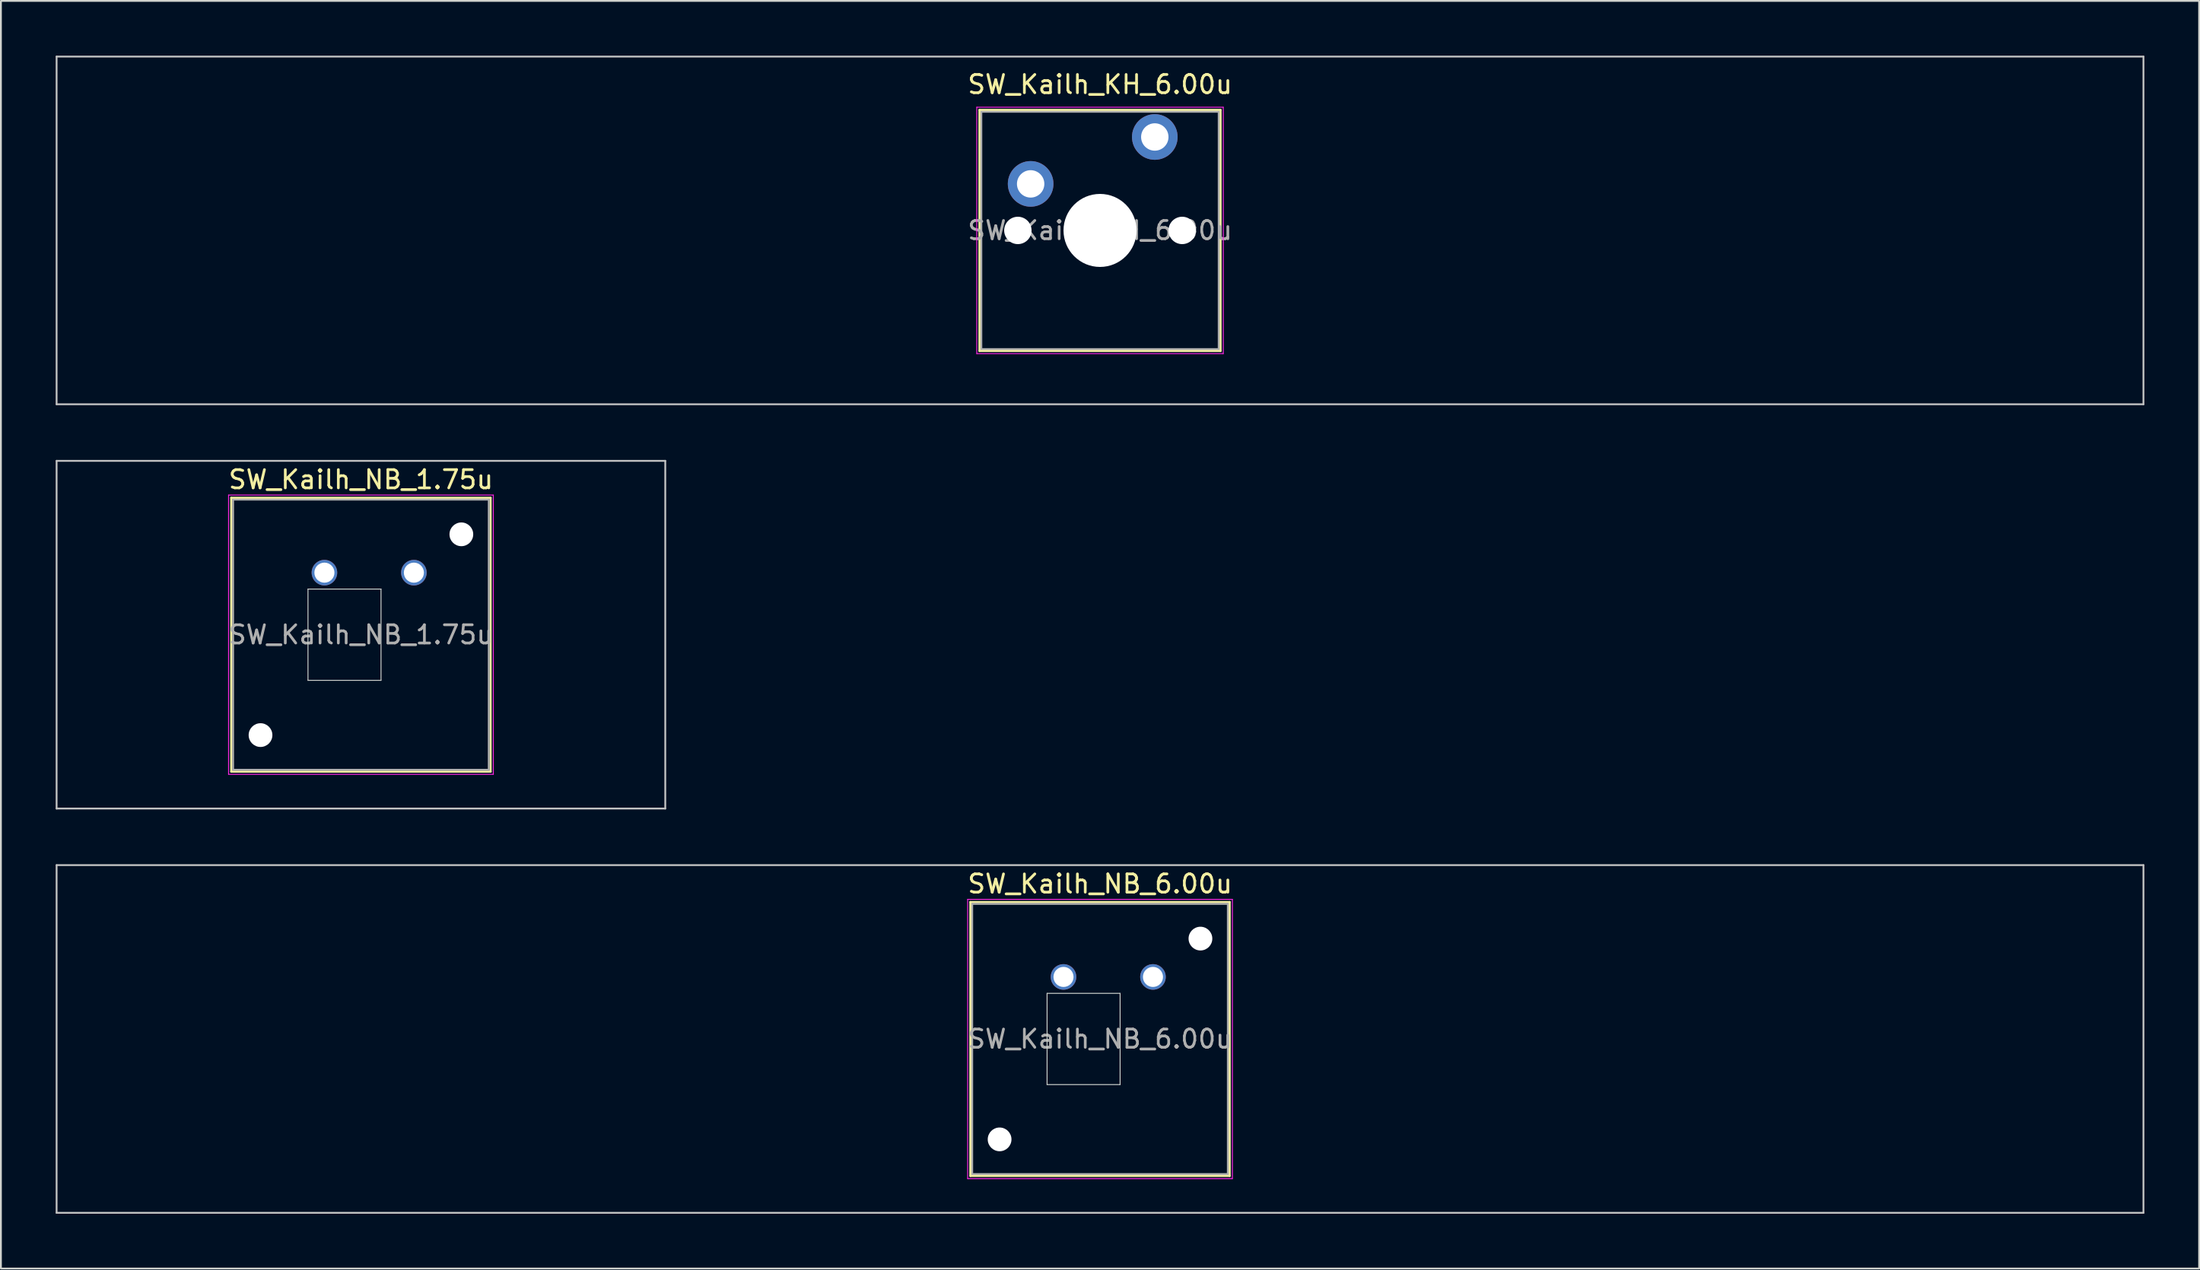
<source format=kicad_pcb>
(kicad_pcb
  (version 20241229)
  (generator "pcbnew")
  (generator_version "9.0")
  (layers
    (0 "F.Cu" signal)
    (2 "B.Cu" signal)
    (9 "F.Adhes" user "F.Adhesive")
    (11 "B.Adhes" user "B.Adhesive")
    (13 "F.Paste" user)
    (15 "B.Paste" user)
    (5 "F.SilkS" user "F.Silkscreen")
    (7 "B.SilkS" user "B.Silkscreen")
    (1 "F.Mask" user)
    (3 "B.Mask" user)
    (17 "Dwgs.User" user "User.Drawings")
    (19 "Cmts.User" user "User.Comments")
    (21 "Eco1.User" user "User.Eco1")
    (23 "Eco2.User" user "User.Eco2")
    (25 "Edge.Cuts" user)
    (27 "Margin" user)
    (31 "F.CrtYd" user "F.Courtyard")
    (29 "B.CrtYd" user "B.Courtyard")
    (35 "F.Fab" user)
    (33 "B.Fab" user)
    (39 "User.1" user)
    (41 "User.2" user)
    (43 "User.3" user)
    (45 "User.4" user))
  (footprint "SW_Kailh_NB_6.00u"
    (layer "F.Cu")
    (at 57.2 53.875)
    (property "Reference" "SW_Kailh_NB_6.00u" (at 0 -8.5 0) (layer "F.SilkS") (effects (font (size 1 1) (thickness 0.15))))
    (attr through_hole)
    (fp_line (start -7.1 -7.5) (end -7.1 7.5) (stroke (width 0.12) (type solid)) (layer "F.SilkS"))
    (fp_line (start -7.1 7.5) (end 7.1 7.5) (stroke (width 0.12) (type solid)) (layer "F.SilkS"))
    (fp_line (start 7.1 -7.5) (end -7.1 -7.5) (stroke (width 0.12) (type solid)) (layer "F.SilkS"))
    (fp_line (start 7.1 7.5) (end 7.1 -7.5) (stroke (width 0.12) (type solid)) (layer "F.SilkS"))
    (fp_line (start -57.15 -9.525) (end -57.15 9.525) (stroke (width 0.1) (type solid)) (layer "Dwgs.User"))
    (fp_line (start -57.15 9.525) (end 57.15 9.525) (stroke (width 0.1) (type solid)) (layer "Dwgs.User"))
    (fp_line (start 57.15 -9.525) (end -57.15 -9.525) (stroke (width 0.1) (type solid)) (layer "Dwgs.User"))
    (fp_line (start 57.15 9.525) (end 57.15 -9.525) (stroke (width 0.1) (type solid)) (layer "Dwgs.User"))
    (fp_line (start -8 -8) (end -8 8) (stroke (width 0.1) (type solid)) (layer "Eco1.User"))
    (fp_line (start -8 8) (end 8 8) (stroke (width 0.1) (type solid)) (layer "Eco1.User"))
    (fp_line (start 8 -8) (end -8 -8) (stroke (width 0.1) (type solid)) (layer "Eco1.User"))
    (fp_line (start 8 8) (end 8 -8) (stroke (width 0.1) (type solid)) (layer "Eco1.User"))
    (fp_line (start -2.9 -2.5) (end 1.1 -2.5) (stroke (width 0.05) (type solid)) (layer "Edge.Cuts"))
    (fp_line (start -2.9 2.5) (end -2.9 -2.5) (stroke (width 0.05) (type solid)) (layer "Edge.Cuts"))
    (fp_line (start 1.1 -2.5) (end 1.1 2.5) (stroke (width 0.05) (type solid)) (layer "Edge.Cuts"))
    (fp_line (start 1.1 2.5) (end -2.9 2.5) (stroke (width 0.05) (type solid)) (layer "Edge.Cuts"))
    (fp_line (start -7.25 -7.65) (end -7.25 7.65) (stroke (width 0.05) (type solid)) (layer "F.CrtYd"))
    (fp_line (start -7.25 7.65) (end 7.25 7.65) (stroke (width 0.05) (type solid)) (layer "F.CrtYd"))
    (fp_line (start 7.25 -7.65) (end -7.25 -7.65) (stroke (width 0.05) (type solid)) (layer "F.CrtYd"))
    (fp_line (start 7.25 7.65) (end 7.25 -7.65) (stroke (width 0.05) (type solid)) (layer "F.CrtYd"))
    (fp_line (start -7 -7.4) (end -7 7.4) (stroke (width 0.1) (type solid)) (layer "F.Fab"))
    (fp_line (start -7 7.4) (end 7 7.4) (stroke (width 0.1) (type solid)) (layer "F.Fab"))
    (fp_line (start 7 -7.4) (end -7 -7.4) (stroke (width 0.1) (type solid)) (layer "F.Fab"))
    (fp_line (start 7 7.4) (end 7 -7.4) (stroke (width 0.1) (type solid)) (layer "F.Fab"))
    (fp_text user "${REFERENCE}" (at 0 0 0) (layer "F.Fab") (effects (font (size 1 1) (thickness 0.15))))
    (pad "" np_thru_hole circle (at -5.5 5.5) (size 1.3 1.3) (drill 1.3) (layers "*.Cu" "*.Mask"))
    (pad "" np_thru_hole circle (at 5.5 -5.5) (size 1.3 1.3) (drill 1.3) (layers "*.Cu" "*.Mask"))
    (pad "1" thru_hole circle (at -2 -3.4) (size 1.4 1.4) (drill 1.1) (layers "*.Cu" "*.Mask"))
    (pad "2" thru_hole circle (at 2.9 -3.4) (size 1.4 1.4) (drill 1.1) (layers "*.Cu" "*.Mask")))
  (footprint "SW_Kailh_KH_6.00u"
    (layer "F.Cu")
    (at 57.2 9.575)
    (property "Reference" "SW_Kailh_KH_6.00u" (at 0 -8 0) (layer "F.SilkS") (effects (font (size 1 1) (thickness 0.15))))
    (attr through_hole)
    (fp_line (start -6.6 -6.6) (end -6.6 6.6) (stroke (width 0.12) (type solid)) (layer "F.SilkS"))
    (fp_line (start -6.6 6.6) (end 6.6 6.6) (stroke (width 0.12) (type solid)) (layer "F.SilkS"))
    (fp_line (start 6.6 -6.6) (end -6.6 -6.6) (stroke (width 0.12) (type solid)) (layer "F.SilkS"))
    (fp_line (start 6.6 6.6) (end 6.6 -6.6) (stroke (width 0.12) (type solid)) (layer "F.SilkS"))
    (fp_line (start -57.15 -9.525) (end -57.15 9.525) (stroke (width 0.1) (type solid)) (layer "Dwgs.User"))
    (fp_line (start -57.15 9.525) (end 57.15 9.525) (stroke (width 0.1) (type solid)) (layer "Dwgs.User"))
    (fp_line (start 57.15 -9.525) (end -57.15 -9.525) (stroke (width 0.1) (type solid)) (layer "Dwgs.User"))
    (fp_line (start 57.15 9.525) (end 57.15 -9.525) (stroke (width 0.1) (type solid)) (layer "Dwgs.User"))
    (fp_line (start -6.1 -6.1) (end -6.1 6.1) (stroke (width 0.1) (type solid)) (layer "Eco1.User"))
    (fp_line (start -6.1 6.1) (end 6.1 6.1) (stroke (width 0.1) (type solid)) (layer "Eco1.User"))
    (fp_line (start 6.1 -6.1) (end -6.1 -6.1) (stroke (width 0.1) (type solid)) (layer "Eco1.User"))
    (fp_line (start 6.1 6.1) (end 6.1 -6.1) (stroke (width 0.1) (type solid)) (layer "Eco1.User"))
    (fp_line (start -6.75 -6.75) (end -6.75 6.75) (stroke (width 0.05) (type solid)) (layer "F.CrtYd"))
    (fp_line (start -6.75 6.75) (end 6.75 6.75) (stroke (width 0.05) (type solid)) (layer "F.CrtYd"))
    (fp_line (start 6.75 -6.75) (end -6.75 -6.75) (stroke (width 0.05) (type solid)) (layer "F.CrtYd"))
    (fp_line (start 6.75 6.75) (end 6.75 -6.75) (stroke (width 0.05) (type solid)) (layer "F.CrtYd"))
    (fp_line (start -6.5 -6.5) (end -6.5 6.5) (stroke (width 0.1) (type solid)) (layer "F.Fab"))
    (fp_line (start -6.5 6.5) (end 6.5 6.5) (stroke (width 0.1) (type solid)) (layer "F.Fab"))
    (fp_line (start 6.5 -6.5) (end -6.5 -6.5) (stroke (width 0.1) (type solid)) (layer "F.Fab"))
    (fp_line (start 6.5 6.5) (end 6.5 -6.5) (stroke (width 0.1) (type solid)) (layer "F.Fab"))
    (fp_text user "${REFERENCE}" (at 0 0 0) (layer "F.Fab") (effects (font (size 1 1) (thickness 0.15))))
    (pad "" np_thru_hole circle (at -4.5 0) (size 1.5 1.5) (drill 1.5) (layers "*.Cu" "*.Mask"))
    (pad "" np_thru_hole circle (at 0 0) (size 4 4) (drill 4) (layers "*.Cu" "*.Mask"))
    (pad "" np_thru_hole circle (at 4.5 0) (size 1.5 1.5) (drill 1.5) (layers "*.Cu" "*.Mask"))
    (pad "1" thru_hole circle (at -3.8 -2.55) (size 2.5 2.5) (drill 1.5) (layers "*.Cu" "*.Mask"))
    (pad "2" thru_hole circle (at 3 -5.12) (size 2.5 2.5) (drill 1.5) (layers "*.Cu" "*.Mask")))
  (footprint "SW_Kailh_NB_1.75u"
    (layer "F.Cu")
    (at 16.719 31.725)
    (property "Reference" "SW_Kailh_NB_1.75u" (at 0 -8.5 0) (layer "F.SilkS") (effects (font (size 1 1) (thickness 0.15))))
    (attr through_hole)
    (fp_line (start -7.1 -7.5) (end -7.1 7.5) (stroke (width 0.12) (type solid)) (layer "F.SilkS"))
    (fp_line (start -7.1 7.5) (end 7.1 7.5) (stroke (width 0.12) (type solid)) (layer "F.SilkS"))
    (fp_line (start 7.1 -7.5) (end -7.1 -7.5) (stroke (width 0.12) (type solid)) (layer "F.SilkS"))
    (fp_line (start 7.1 7.5) (end 7.1 -7.5) (stroke (width 0.12) (type solid)) (layer "F.SilkS"))
    (fp_line (start -16.669 -9.525) (end -16.669 9.525) (stroke (width 0.1) (type solid)) (layer "Dwgs.User"))
    (fp_line (start -16.669 9.525) (end 16.669 9.525) (stroke (width 0.1) (type solid)) (layer "Dwgs.User"))
    (fp_line (start 16.669 -9.525) (end -16.669 -9.525) (stroke (width 0.1) (type solid)) (layer "Dwgs.User"))
    (fp_line (start 16.669 9.525) (end 16.669 -9.525) (stroke (width 0.1) (type solid)) (layer "Dwgs.User"))
    (fp_line (start -8 -8) (end -8 8) (stroke (width 0.1) (type solid)) (layer "Eco1.User"))
    (fp_line (start -8 8) (end 8 8) (stroke (width 0.1) (type solid)) (layer "Eco1.User"))
    (fp_line (start 8 -8) (end -8 -8) (stroke (width 0.1) (type solid)) (layer "Eco1.User"))
    (fp_line (start 8 8) (end 8 -8) (stroke (width 0.1) (type solid)) (layer "Eco1.User"))
    (fp_line (start -2.9 -2.5) (end 1.1 -2.5) (stroke (width 0.05) (type solid)) (layer "Edge.Cuts"))
    (fp_line (start -2.9 2.5) (end -2.9 -2.5) (stroke (width 0.05) (type solid)) (layer "Edge.Cuts"))
    (fp_line (start 1.1 -2.5) (end 1.1 2.5) (stroke (width 0.05) (type solid)) (layer "Edge.Cuts"))
    (fp_line (start 1.1 2.5) (end -2.9 2.5) (stroke (width 0.05) (type solid)) (layer "Edge.Cuts"))
    (fp_line (start -7.25 -7.65) (end -7.25 7.65) (stroke (width 0.05) (type solid)) (layer "F.CrtYd"))
    (fp_line (start -7.25 7.65) (end 7.25 7.65) (stroke (width 0.05) (type solid)) (layer "F.CrtYd"))
    (fp_line (start 7.25 -7.65) (end -7.25 -7.65) (stroke (width 0.05) (type solid)) (layer "F.CrtYd"))
    (fp_line (start 7.25 7.65) (end 7.25 -7.65) (stroke (width 0.05) (type solid)) (layer "F.CrtYd"))
    (fp_line (start -7 -7.4) (end -7 7.4) (stroke (width 0.1) (type solid)) (layer "F.Fab"))
    (fp_line (start -7 7.4) (end 7 7.4) (stroke (width 0.1) (type solid)) (layer "F.Fab"))
    (fp_line (start 7 -7.4) (end -7 -7.4) (stroke (width 0.1) (type solid)) (layer "F.Fab"))
    (fp_line (start 7 7.4) (end 7 -7.4) (stroke (width 0.1) (type solid)) (layer "F.Fab"))
    (fp_text user "${REFERENCE}" (at 0 0 0) (layer "F.Fab") (effects (font (size 1 1) (thickness 0.15))))
    (pad "" np_thru_hole circle (at -5.5 5.5) (size 1.3 1.3) (drill 1.3) (layers "*.Cu" "*.Mask"))
    (pad "" np_thru_hole circle (at 5.5 -5.5) (size 1.3 1.3) (drill 1.3) (layers "*.Cu" "*.Mask"))
    (pad "1" thru_hole circle (at -2 -3.4) (size 1.4 1.4) (drill 1.1) (layers "*.Cu" "*.Mask"))
    (pad "2" thru_hole circle (at 2.9 -3.4) (size 1.4 1.4) (drill 1.1) (layers "*.Cu" "*.Mask")))
  (gr_rect
    (start -3 -3)
    (end 117.4 66.45)
    (stroke (width 0.1) (type default))
    (fill no)
    (layer "Edge.Cuts")))
</source>
